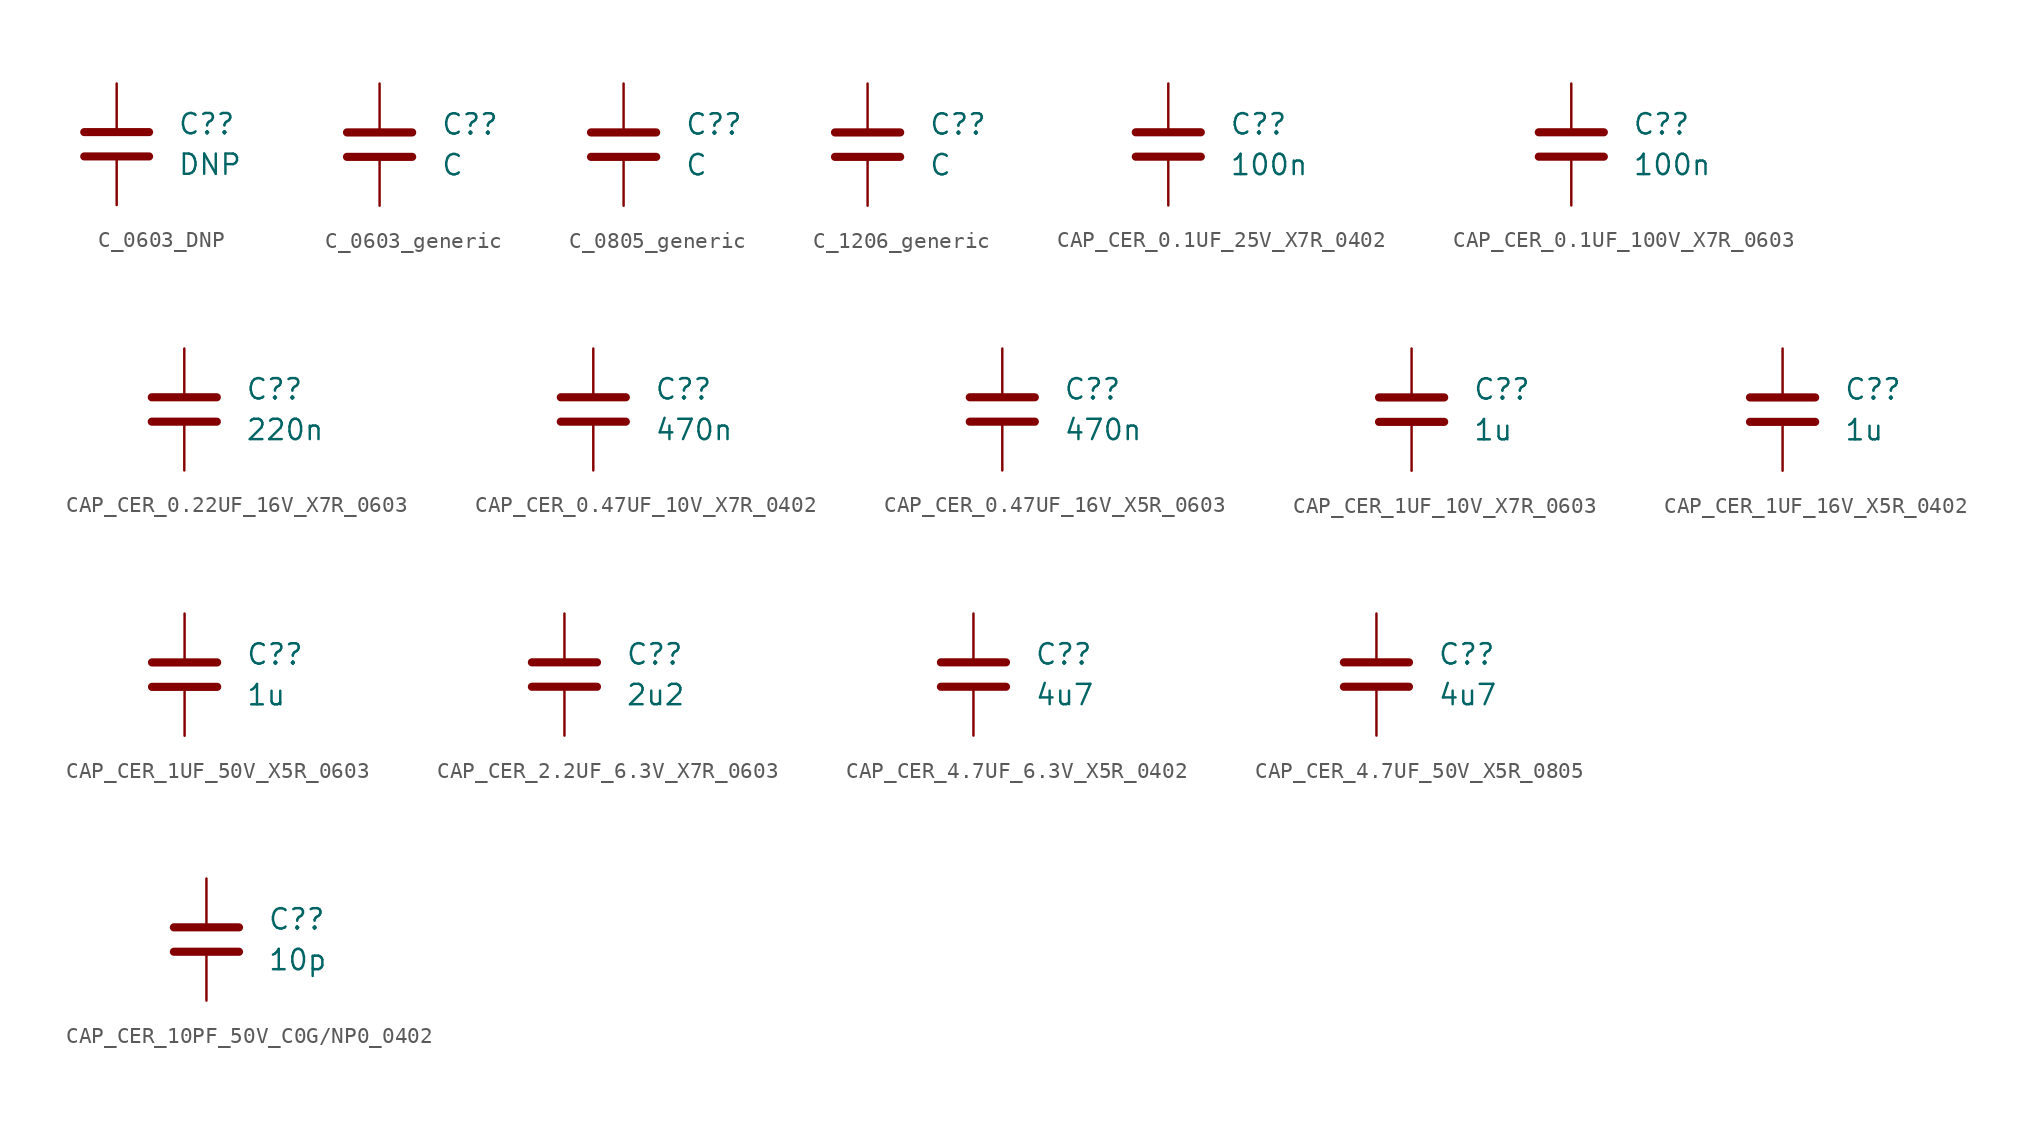
<source format=kicad_sym>
(kicad_symbol_lib
  (version 20220914)
  (generator kicad_symbol_editor)
  (symbol "C_0603_DNP"
    (pin_numbers hide)
    (pin_names
      (offset 0.254))
    (property "Reference" "C?"
      (at 3.81 1.27 0)
      (effects (font (size 1.27 1.27)) (justify left)))
    (property "Value" "DNP"
      (at 3.81 -1.27 0)
      (effects (font (size 1.27 1.27)) (justify left)))
    (symbol "C_0603_DNP_0_1"
      (polyline (pts (xy -2.032 -0.762) (xy 2.032 -0.762)) (stroke (width 0.508) (type default)) (fill (type none)))
      (polyline (pts (xy -2.032 0.762) (xy 2.032 0.762)) (stroke (width 0.508) (type default)) (fill (type none))))
    (symbol "C_0603_DNP_1_1"
      (pin passive line (at 0 3.81 270) (length 2.794) (name "~" (effects (font (size 1.27 1.27)))) (number "1" (effects (font (size 1.27 1.27)))))
      (pin passive line (at 0 -3.81 90) (length 2.794) (name "~" (effects (font (size 1.27 1.27)))) (number "2" (effects (font (size 1.27 1.27)))))))
  (symbol "C_0603_generic"
    (pin_numbers hide)
    (pin_names
      (offset 0.254))
    (property "Reference" "C?"
      (at 3.81 1.27 0)
      (effects (font (size 1.27 1.27)) (justify left)))
    (property "Value" "C"
      (at 3.81 -1.27 0)
      (effects (font (size 1.27 1.27)) (justify left)))
    (symbol "C_0603_generic_0_1"
      (polyline (pts (xy -2.032 -0.762) (xy 2.032 -0.762)) (stroke (width 0.508) (type default)) (fill (type none)))
      (polyline (pts (xy -2.032 0.762) (xy 2.032 0.762)) (stroke (width 0.508) (type default)) (fill (type none))))
    (symbol "C_0603_generic_1_1"
      (pin passive line (at 0 3.81 270) (length 2.794) (name "~" (effects (font (size 1.27 1.27)))) (number "1" (effects (font (size 1.27 1.27)))))
      (pin passive line (at 0 -3.81 90) (length 2.794) (name "~" (effects (font (size 1.27 1.27)))) (number "2" (effects (font (size 1.27 1.27)))))))
  (symbol "C_0805_generic"
    (pin_numbers hide)
    (pin_names
      (offset 0.254))
    (property "Reference" "C?"
      (at 3.81 1.27 0)
      (effects (font (size 1.27 1.27)) (justify left)))
    (property "Value" "C"
      (at 3.81 -1.27 0)
      (effects (font (size 1.27 1.27)) (justify left)))
    (symbol "C_0805_generic_0_1"
      (polyline (pts (xy -2.032 -0.762) (xy 2.032 -0.762)) (stroke (width 0.508) (type default)) (fill (type none)))
      (polyline (pts (xy -2.032 0.762) (xy 2.032 0.762)) (stroke (width 0.508) (type default)) (fill (type none))))
    (symbol "C_0805_generic_1_1"
      (pin passive line (at 0 3.81 270) (length 2.794) (name "~" (effects (font (size 1.27 1.27)))) (number "1" (effects (font (size 1.27 1.27)))))
      (pin passive line (at 0 -3.81 90) (length 2.794) (name "~" (effects (font (size 1.27 1.27)))) (number "2" (effects (font (size 1.27 1.27)))))))
  (symbol "C_1206_generic"
    (pin_numbers hide)
    (pin_names
      (offset 0.254))
    (property "Reference" "C?"
      (at 3.81 1.27 0)
      (effects (font (size 1.27 1.27)) (justify left)))
    (property "Value" "C"
      (at 3.81 -1.27 0)
      (effects (font (size 1.27 1.27)) (justify left)))
    (symbol "C_1206_generic_0_1"
      (polyline (pts (xy -2.032 -0.762) (xy 2.032 -0.762)) (stroke (width 0.508) (type default)) (fill (type none)))
      (polyline (pts (xy -2.032 0.762) (xy 2.032 0.762)) (stroke (width 0.508) (type default)) (fill (type none))))
    (symbol "C_1206_generic_1_1"
      (pin passive line (at 0 3.81 270) (length 2.794) (name "~" (effects (font (size 1.27 1.27)))) (number "1" (effects (font (size 1.27 1.27)))))
      (pin passive line (at 0 -3.81 90) (length 2.794) (name "~" (effects (font (size 1.27 1.27)))) (number "2" (effects (font (size 1.27 1.27)))))))
  (symbol "CAP_CER_0.1UF_25V_X7R_0402"
    (pin_numbers hide)
    (pin_names
      (offset 0.254))
    (property "Reference" "C?"
      (at 3.81 1.27 0)
      (effects (font (size 1.27 1.27)) (justify left)))
    (property "Value" "100n"
      (at 3.81 -1.27 0)
      (effects (font (size 1.27 1.27)) (justify left)))
    (symbol "CAP_CER_0.1UF_25V_X7R_0402_0_1"
      (polyline (pts (xy -2.032 -0.762) (xy 2.032 -0.762)) (stroke (width 0.508) (type default)) (fill (type none)))
      (polyline (pts (xy -2.032 0.762) (xy 2.032 0.762)) (stroke (width 0.508) (type default)) (fill (type none))))
    (symbol "CAP_CER_0.1UF_25V_X7R_0402_1_1"
      (pin passive line (at 0 3.81 270) (length 2.794) (name "~" (effects (font (size 1.27 1.27)))) (number "1" (effects (font (size 1.27 1.27)))))
      (pin passive line (at 0 -3.81 90) (length 2.794) (name "~" (effects (font (size 1.27 1.27)))) (number "2" (effects (font (size 1.27 1.27)))))))
  (symbol "CAP_CER_0.1UF_100V_X7R_0603"
    (pin_numbers hide)
    (pin_names
      (offset 0.254))
    (property "Reference" "C?"
      (at 3.81 1.27 0)
      (effects (font (size 1.27 1.27)) (justify left)))
    (property "Value" "100n"
      (at 3.81 -1.27 0)
      (effects (font (size 1.27 1.27)) (justify left)))
    (symbol "CAP_CER_0.1UF_100V_X7R_0603_0_1"
      (polyline (pts (xy -2.032 -0.762) (xy 2.032 -0.762)) (stroke (width 0.508) (type default)) (fill (type none)))
      (polyline (pts (xy -2.032 0.762) (xy 2.032 0.762)) (stroke (width 0.508) (type default)) (fill (type none))))
    (symbol "CAP_CER_0.1UF_100V_X7R_0603_1_1"
      (pin passive line (at 0 3.81 270) (length 2.794) (name "~" (effects (font (size 1.27 1.27)))) (number "1" (effects (font (size 1.27 1.27)))))
      (pin passive line (at 0 -3.81 90) (length 2.794) (name "~" (effects (font (size 1.27 1.27)))) (number "2" (effects (font (size 1.27 1.27)))))))
  (symbol "CAP_CER_0.22UF_16V_X7R_0603"
    (pin_numbers hide)
    (pin_names
      (offset 0.254))
    (property "Reference" "C?"
      (at 3.81 1.27 0)
      (effects (font (size 1.27 1.27)) (justify left)))
    (property "Value" "220n"
      (at 3.81 -1.27 0)
      (effects (font (size 1.27 1.27)) (justify left)))
    (symbol "CAP_CER_0.22UF_16V_X7R_0603_0_1"
      (polyline (pts (xy -2.032 -0.762) (xy 2.032 -0.762)) (stroke (width 0.508) (type default)) (fill (type none)))
      (polyline (pts (xy -2.032 0.762) (xy 2.032 0.762)) (stroke (width 0.508) (type default)) (fill (type none))))
    (symbol "CAP_CER_0.22UF_16V_X7R_0603_1_1"
      (pin passive line (at 0 3.81 270) (length 2.794) (name "~" (effects (font (size 1.27 1.27)))) (number "1" (effects (font (size 1.27 1.27)))))
      (pin passive line (at 0 -3.81 90) (length 2.794) (name "~" (effects (font (size 1.27 1.27)))) (number "2" (effects (font (size 1.27 1.27)))))))
  (symbol "CAP_CER_0.47UF_10V_X7R_0402"
    (pin_numbers hide)
    (pin_names
      (offset 0.254))
    (property "Reference" "C?"
      (at 3.81 1.27 0)
      (effects (font (size 1.27 1.27)) (justify left)))
    (property "Value" "470n"
      (at 3.81 -1.27 0)
      (effects (font (size 1.27 1.27)) (justify left)))
    (symbol "CAP_CER_0.47UF_10V_X7R_0402_0_1"
      (polyline (pts (xy -2.032 -0.762) (xy 2.032 -0.762)) (stroke (width 0.508) (type default)) (fill (type none)))
      (polyline (pts (xy -2.032 0.762) (xy 2.032 0.762)) (stroke (width 0.508) (type default)) (fill (type none))))
    (symbol "CAP_CER_0.47UF_10V_X7R_0402_1_1"
      (pin passive line (at 0 3.81 270) (length 2.794) (name "~" (effects (font (size 1.27 1.27)))) (number "1" (effects (font (size 1.27 1.27)))))
      (pin passive line (at 0 -3.81 90) (length 2.794) (name "~" (effects (font (size 1.27 1.27)))) (number "2" (effects (font (size 1.27 1.27)))))))
  (symbol "CAP_CER_0.47UF_16V_X5R_0603"
    (pin_numbers hide)
    (pin_names
      (offset 0.254))
    (property "Reference" "C?"
      (at 3.81 1.27 0)
      (effects (font (size 1.27 1.27)) (justify left)))
    (property "Value" "470n"
      (at 3.81 -1.27 0)
      (effects (font (size 1.27 1.27)) (justify left)))
    (symbol "CAP_CER_0.47UF_16V_X5R_0603_0_1"
      (polyline (pts (xy -2.032 -0.762) (xy 2.032 -0.762)) (stroke (width 0.508) (type default)) (fill (type none)))
      (polyline (pts (xy -2.032 0.762) (xy 2.032 0.762)) (stroke (width 0.508) (type default)) (fill (type none))))
    (symbol "CAP_CER_0.47UF_16V_X5R_0603_1_1"
      (pin passive line (at 0 3.81 270) (length 2.794) (name "~" (effects (font (size 1.27 1.27)))) (number "1" (effects (font (size 1.27 1.27)))))
      (pin passive line (at 0 -3.81 90) (length 2.794) (name "~" (effects (font (size 1.27 1.27)))) (number "2" (effects (font (size 1.27 1.27)))))))
  (symbol "CAP_CER_1UF_10V_X7R_0603"
    (pin_numbers hide)
    (pin_names
      (offset 0.254))
    (property "Reference" "C?"
      (at 3.81 1.27 0)
      (effects (font (size 1.27 1.27)) (justify left)))
    (property "Value" "1u"
      (at 3.81 -1.27 0)
      (effects (font (size 1.27 1.27)) (justify left)))
    (symbol "CAP_CER_1UF_10V_X7R_0603_0_1"
      (polyline (pts (xy -2.032 -0.762) (xy 2.032 -0.762)) (stroke (width 0.508) (type default)) (fill (type none)))
      (polyline (pts (xy -2.032 0.762) (xy 2.032 0.762)) (stroke (width 0.508) (type default)) (fill (type none))))
    (symbol "CAP_CER_1UF_10V_X7R_0603_1_1"
      (pin passive line (at 0 3.81 270) (length 2.794) (name "~" (effects (font (size 1.27 1.27)))) (number "1" (effects (font (size 1.27 1.27)))))
      (pin passive line (at 0 -3.81 90) (length 2.794) (name "~" (effects (font (size 1.27 1.27)))) (number "2" (effects (font (size 1.27 1.27)))))))
  (symbol "CAP_CER_1UF_16V_X5R_0402"
    (pin_numbers hide)
    (pin_names
      (offset 0.254))
    (property "Reference" "C?"
      (at 3.81 1.27 0)
      (effects (font (size 1.27 1.27)) (justify left)))
    (property "Value" "1u"
      (at 3.81 -1.27 0)
      (effects (font (size 1.27 1.27)) (justify left)))
    (symbol "CAP_CER_1UF_16V_X5R_0402_0_1"
      (polyline (pts (xy -2.032 -0.762) (xy 2.032 -0.762)) (stroke (width 0.508) (type default)) (fill (type none)))
      (polyline (pts (xy -2.032 0.762) (xy 2.032 0.762)) (stroke (width 0.508) (type default)) (fill (type none))))
    (symbol "CAP_CER_1UF_16V_X5R_0402_1_1"
      (pin passive line (at 0 3.81 270) (length 2.794) (name "~" (effects (font (size 1.27 1.27)))) (number "1" (effects (font (size 1.27 1.27)))))
      (pin passive line (at 0 -3.81 90) (length 2.794) (name "~" (effects (font (size 1.27 1.27)))) (number "2" (effects (font (size 1.27 1.27)))))))
  (symbol "CAP_CER_1UF_50V_X5R_0603"
    (pin_numbers hide)
    (pin_names
      (offset 0.254))
    (property "Reference" "C?"
      (at 3.81 1.27 0)
      (effects (font (size 1.27 1.27)) (justify left)))
    (property "Value" "1u"
      (at 3.81 -1.27 0)
      (effects (font (size 1.27 1.27)) (justify left)))
    (symbol "CAP_CER_1UF_50V_X5R_0603_0_1"
      (polyline (pts (xy -2.032 -0.762) (xy 2.032 -0.762)) (stroke (width 0.508) (type default)) (fill (type none)))
      (polyline (pts (xy -2.032 0.762) (xy 2.032 0.762)) (stroke (width 0.508) (type default)) (fill (type none))))
    (symbol "CAP_CER_1UF_50V_X5R_0603_1_1"
      (pin passive line (at 0 3.81 270) (length 2.794) (name "~" (effects (font (size 1.27 1.27)))) (number "1" (effects (font (size 1.27 1.27)))))
      (pin passive line (at 0 -3.81 90) (length 2.794) (name "~" (effects (font (size 1.27 1.27)))) (number "2" (effects (font (size 1.27 1.27)))))))
  (symbol "CAP_CER_2.2UF_6.3V_X7R_0603"
    (pin_numbers hide)
    (pin_names
      (offset 0.254))
    (property "Reference" "C?"
      (at 3.81 1.27 0)
      (effects (font (size 1.27 1.27)) (justify left)))
    (property "Value" "2u2"
      (at 3.81 -1.27 0)
      (effects (font (size 1.27 1.27)) (justify left)))
    (symbol "CAP_CER_2.2UF_6.3V_X7R_0603_0_1"
      (polyline (pts (xy -2.032 -0.762) (xy 2.032 -0.762)) (stroke (width 0.508) (type default)) (fill (type none)))
      (polyline (pts (xy -2.032 0.762) (xy 2.032 0.762)) (stroke (width 0.508) (type default)) (fill (type none))))
    (symbol "CAP_CER_2.2UF_6.3V_X7R_0603_1_1"
      (pin passive line (at 0 3.81 270) (length 2.794) (name "~" (effects (font (size 1.27 1.27)))) (number "1" (effects (font (size 1.27 1.27)))))
      (pin passive line (at 0 -3.81 90) (length 2.794) (name "~" (effects (font (size 1.27 1.27)))) (number "2" (effects (font (size 1.27 1.27)))))))
  (symbol "CAP_CER_4.7UF_6.3V_X5R_0402"
    (pin_numbers hide)
    (pin_names
      (offset 0.254))
    (property "Reference" "C?"
      (at 3.81 1.27 0)
      (effects (font (size 1.27 1.27)) (justify left)))
    (property "Value" "4u7"
      (at 3.81 -1.27 0)
      (effects (font (size 1.27 1.27)) (justify left)))
    (symbol "CAP_CER_4.7UF_6.3V_X5R_0402_0_1"
      (polyline (pts (xy -2.032 -0.762) (xy 2.032 -0.762)) (stroke (width 0.508) (type default)) (fill (type none)))
      (polyline (pts (xy -2.032 0.762) (xy 2.032 0.762)) (stroke (width 0.508) (type default)) (fill (type none))))
    (symbol "CAP_CER_4.7UF_6.3V_X5R_0402_1_1"
      (pin passive line (at 0 3.81 270) (length 2.794) (name "~" (effects (font (size 1.27 1.27)))) (number "1" (effects (font (size 1.27 1.27)))))
      (pin passive line (at 0 -3.81 90) (length 2.794) (name "~" (effects (font (size 1.27 1.27)))) (number "2" (effects (font (size 1.27 1.27)))))))
  (symbol "CAP_CER_4.7UF_50V_X5R_0805"
    (pin_numbers hide)
    (pin_names
      (offset 0.254))
    (property "Reference" "C?"
      (at 3.81 1.27 0)
      (effects (font (size 1.27 1.27)) (justify left)))
    (property "Value" "4u7"
      (at 3.81 -1.27 0)
      (effects (font (size 1.27 1.27)) (justify left)))
    (symbol "CAP_CER_4.7UF_50V_X5R_0805_0_1"
      (polyline (pts (xy -2.032 -0.762) (xy 2.032 -0.762)) (stroke (width 0.508) (type default)) (fill (type none)))
      (polyline (pts (xy -2.032 0.762) (xy 2.032 0.762)) (stroke (width 0.508) (type default)) (fill (type none))))
    (symbol "CAP_CER_4.7UF_50V_X5R_0805_1_1"
      (pin passive line (at 0 3.81 270) (length 2.794) (name "~" (effects (font (size 1.27 1.27)))) (number "1" (effects (font (size 1.27 1.27)))))
      (pin passive line (at 0 -3.81 90) (length 2.794) (name "~" (effects (font (size 1.27 1.27)))) (number "2" (effects (font (size 1.27 1.27)))))))
  (symbol "CAP_CER_10PF_50V_C0G/NP0_0402"
    (pin_numbers hide)
    (pin_names
      (offset 0.254))
    (property "Reference" "C?"
      (at 3.81 1.27 0)
      (effects (font (size 1.27 1.27)) (justify left)))
    (property "Value" "10p"
      (at 3.81 -1.27 0)
      (effects (font (size 1.27 1.27)) (justify left)))
    (symbol "CAP_CER_10PF_50V_C0G/NP0_0402_0_1"
      (polyline (pts (xy -2.032 -0.762) (xy 2.032 -0.762)) (stroke (width 0.508) (type default)) (fill (type none)))
      (polyline (pts (xy -2.032 0.762) (xy 2.032 0.762)) (stroke (width 0.508) (type default)) (fill (type none))))
    (symbol "CAP_CER_10PF_50V_C0G/NP0_0402_1_1"
      (pin passive line (at 0 3.81 270) (length 2.794) (name "~" (effects (font (size 1.27 1.27)))) (number "1" (effects (font (size 1.27 1.27)))))
      (pin passive line (at 0 -3.81 90) (length 2.794) (name "~" (effects (font (size 1.27 1.27)))) (number "2" (effects (font (size 1.27 1.27))))))))
</source>
